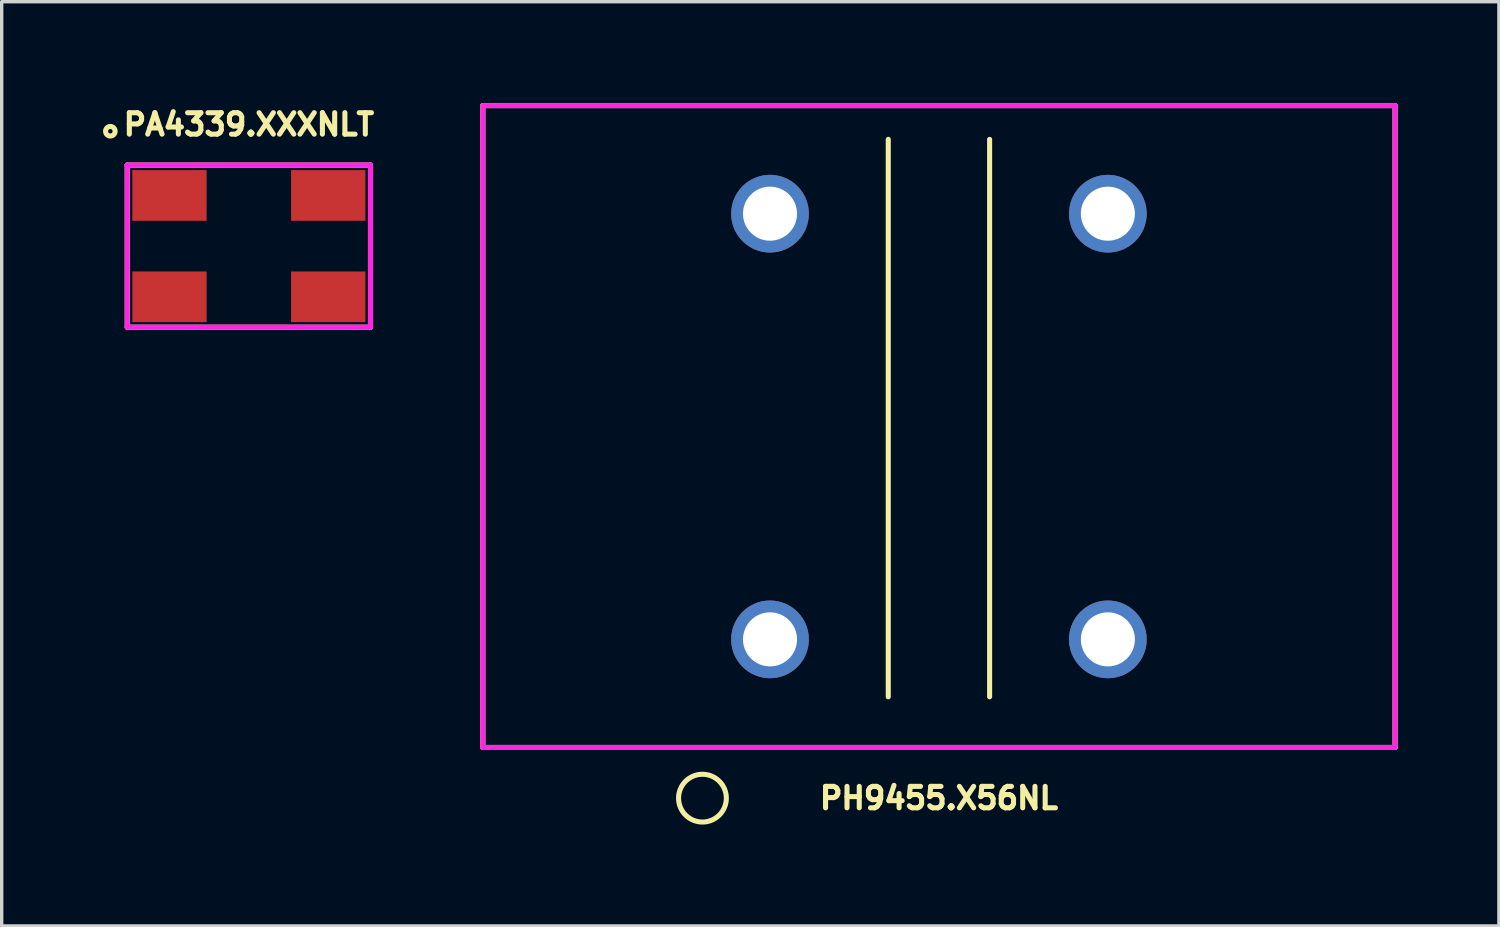
<source format=kicad_pcb>
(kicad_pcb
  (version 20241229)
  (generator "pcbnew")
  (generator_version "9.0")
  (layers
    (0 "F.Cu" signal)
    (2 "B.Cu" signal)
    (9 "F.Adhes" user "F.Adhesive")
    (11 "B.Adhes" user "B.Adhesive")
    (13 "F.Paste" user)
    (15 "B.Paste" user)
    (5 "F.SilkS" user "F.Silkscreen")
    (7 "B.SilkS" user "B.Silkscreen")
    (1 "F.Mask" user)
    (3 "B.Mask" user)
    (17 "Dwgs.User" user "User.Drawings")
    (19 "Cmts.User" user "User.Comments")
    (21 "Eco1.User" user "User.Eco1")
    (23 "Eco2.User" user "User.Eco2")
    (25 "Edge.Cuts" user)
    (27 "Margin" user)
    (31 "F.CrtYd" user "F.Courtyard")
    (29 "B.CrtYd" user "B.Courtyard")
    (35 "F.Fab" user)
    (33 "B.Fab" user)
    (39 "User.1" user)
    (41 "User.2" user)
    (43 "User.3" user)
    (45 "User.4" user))
  (footprint "PH9455.X56NL"
    (layer "F.Cu")
    (at 24.742 9.575)
    (property "Reference" "PH9455.X56NL" (at 0 11 0) (layer "F.SilkS") (effects (font (size 0.635 0.635) (thickness 0.15))))
    (attr through_hole)
    (fp_line (start -13.5 -9.5) (end 13.5 -9.5) (stroke (width 0.15) (type solid)) (layer "F.SilkS"))
    (fp_line (start -13.5 9.5) (end -13.5 -9.5) (stroke (width 0.15) (type solid)) (layer "F.SilkS"))
    (fp_line (start -1.5 -8.5) (end -1.5 8) (stroke (width 0.15) (type solid)) (layer "F.SilkS"))
    (fp_line (start 1.5 -8.5) (end 1.5 8) (stroke (width 0.15) (type solid)) (layer "F.SilkS"))
    (fp_line (start 13.5 -9.5) (end 13.5 9.5) (stroke (width 0.15) (type solid)) (layer "F.SilkS"))
    (fp_line (start 13.5 9.5) (end -13.5 9.5) (stroke (width 0.15) (type solid)) (layer "F.SilkS"))
    (fp_circle (center -7 11) (end -6.5 11.5) (stroke (width 0.15) (type solid)) (fill no) (layer "F.SilkS"))
    (fp_line (start -13.5 -9.5) (end 13.5 -9.5) (stroke (width 0.15) (type solid)) (layer "F.CrtYd"))
    (fp_line (start -13.5 9.5) (end -13.5 -9.5) (stroke (width 0.15) (type solid)) (layer "F.CrtYd"))
    (fp_line (start 13.5 -9.5) (end 13.5 9.5) (stroke (width 0.15) (type solid)) (layer "F.CrtYd"))
    (fp_line (start 13.5 9.5) (end -13.5 9.5) (stroke (width 0.15) (type solid)) (layer "F.CrtYd"))
    (pad "1" thru_hole circle (at -5 6.3) (size 2.3 2.3) (drill 1.6) (layers "*.Cu" "*.Mask"))
    (pad "2" thru_hole circle (at 5 6.3) (size 2.3 2.3) (drill 1.6) (layers "*.Cu" "*.Mask"))
    (pad "3" thru_hole circle (at 5 -6.3) (size 2.3 2.3) (drill 1.6) (layers "*.Cu" "*.Mask"))
    (pad "4" thru_hole circle (at -5 -6.3) (size 2.3 2.3) (drill 1.6) (layers "*.Cu" "*.Mask")))
  (footprint "PA4339.XXXNLT"
    (layer "F.Cu")
    (at 4.316 4.235)
    (property "Reference" "PA4339.XXXNLT" (at 0 -3.6 0) (layer "F.SilkS") (effects (font (size 0.635 0.635) (thickness 0.15))))
    (attr through_hole)
    (fp_line (start -3.6 -2.4) (end 3.6 -2.4) (stroke (width 0.15) (type solid)) (layer "F.SilkS"))
    (fp_line (start -3.6 2.4) (end -3.6 -2.4) (stroke (width 0.15) (type solid)) (layer "F.SilkS"))
    (fp_line (start 3.6 -2.4) (end 3.6 2.4) (stroke (width 0.15) (type solid)) (layer "F.SilkS"))
    (fp_line (start 3.6 2.4) (end -3.6 2.4) (stroke (width 0.15) (type solid)) (layer "F.SilkS"))
    (fp_circle (center -4.1 -3.4) (end -4 -3.3) (stroke (width 0.15) (type solid)) (fill no) (layer "F.SilkS"))
    (fp_line (start -3.6 -2.4) (end 3.6 -2.4) (stroke (width 0.15) (type solid)) (layer "F.CrtYd"))
    (fp_line (start -3.6 2.4) (end -3.6 -2.4) (stroke (width 0.15) (type solid)) (layer "F.CrtYd"))
    (fp_line (start 3.6 -2.4) (end 3.6 2.4) (stroke (width 0.15) (type solid)) (layer "F.CrtYd"))
    (fp_line (start 3.6 2.4) (end -3.6 2.4) (stroke (width 0.15) (type solid)) (layer "F.CrtYd"))
    (pad "1" smd rect (at -2.35 -1.5) (size 2.2 1.5) (layers "F.Cu" "F.Mask" "F.Paste"))
    (pad "2" smd rect (at -2.35 1.5) (size 2.2 1.5) (layers "F.Cu" "F.Mask" "F.Paste"))
    (pad "3" smd rect (at 2.35 1.5) (size 2.2 1.5) (layers "F.Cu" "F.Mask" "F.Paste"))
    (pad "4" smd rect (at 2.35 -1.5) (size 2.2 1.5) (layers "F.Cu" "F.Mask" "F.Paste")))
  (gr_rect
    (start -3 -3)
    (end 41.317 24.357)
    (stroke (width 0.1) (type default))
    (fill no)
    (layer "Edge.Cuts")))
</source>
